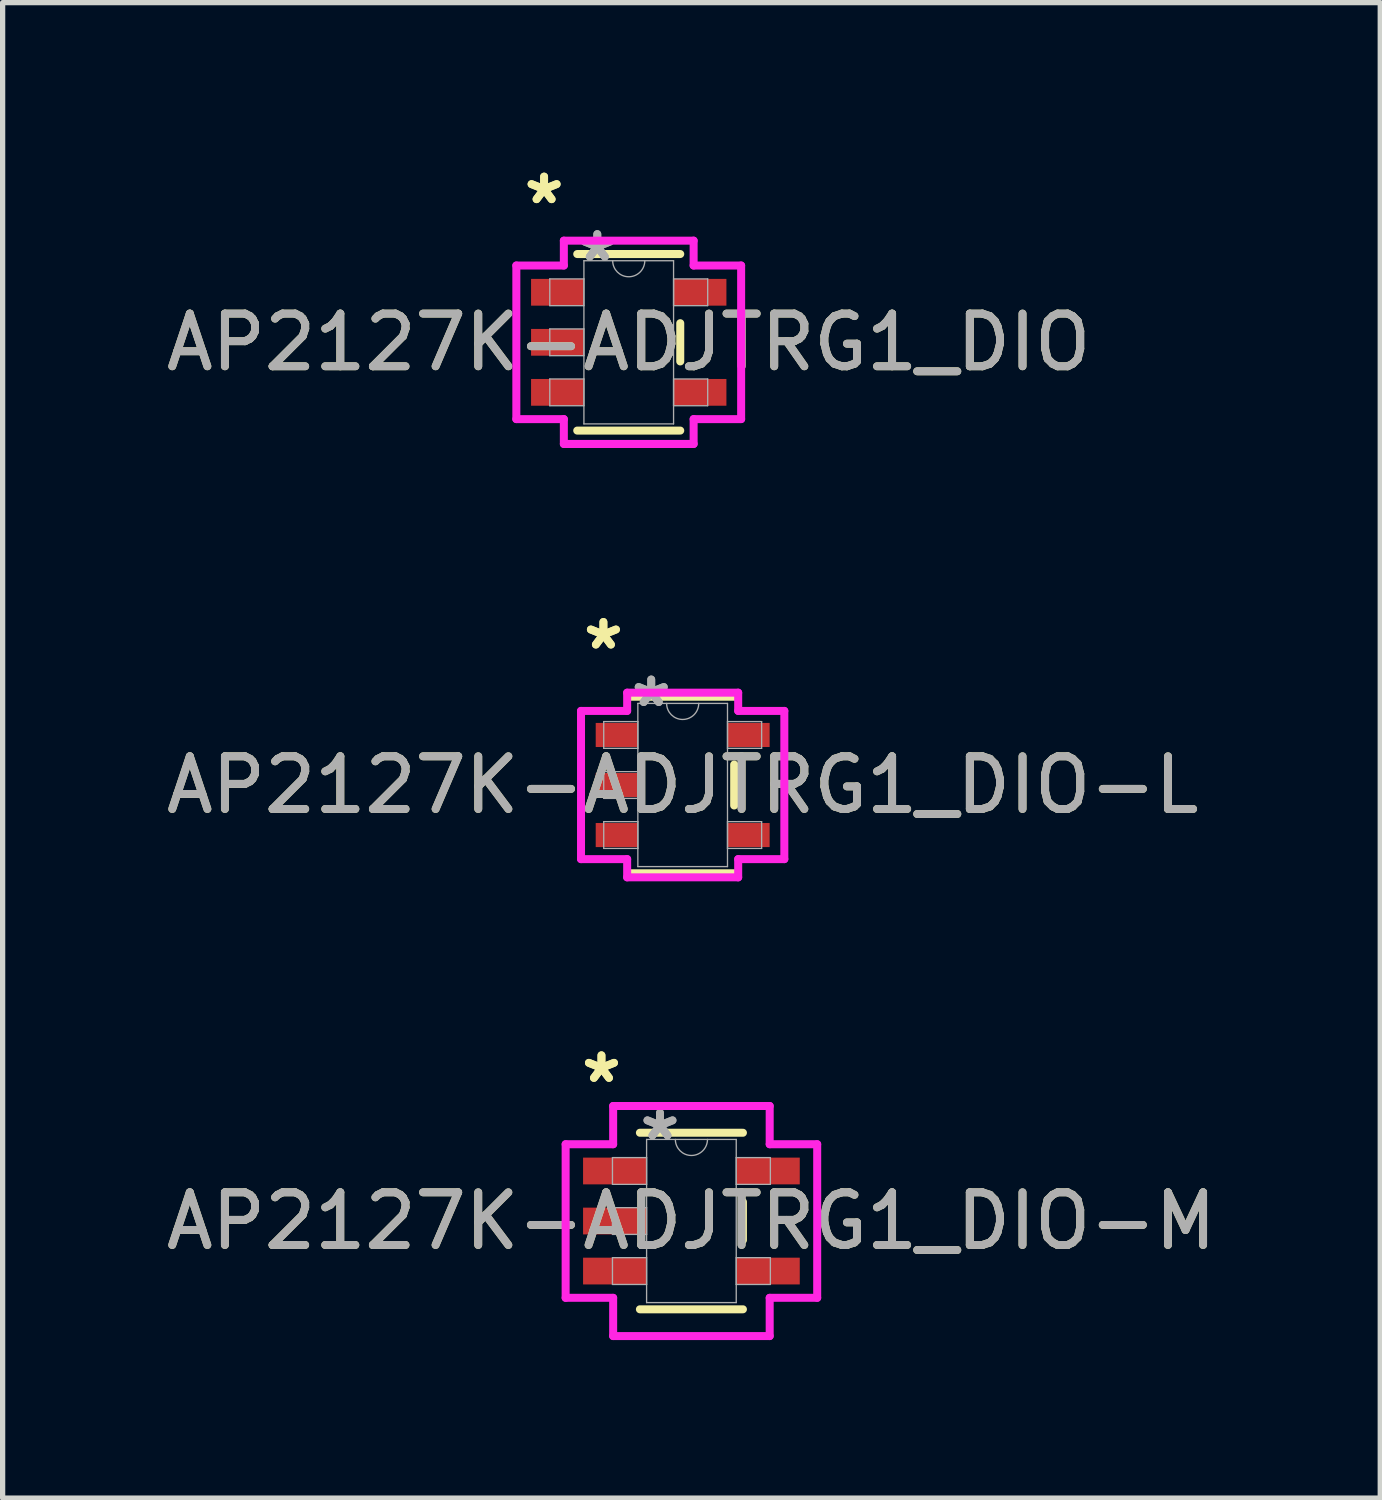
<source format=kicad_pcb>
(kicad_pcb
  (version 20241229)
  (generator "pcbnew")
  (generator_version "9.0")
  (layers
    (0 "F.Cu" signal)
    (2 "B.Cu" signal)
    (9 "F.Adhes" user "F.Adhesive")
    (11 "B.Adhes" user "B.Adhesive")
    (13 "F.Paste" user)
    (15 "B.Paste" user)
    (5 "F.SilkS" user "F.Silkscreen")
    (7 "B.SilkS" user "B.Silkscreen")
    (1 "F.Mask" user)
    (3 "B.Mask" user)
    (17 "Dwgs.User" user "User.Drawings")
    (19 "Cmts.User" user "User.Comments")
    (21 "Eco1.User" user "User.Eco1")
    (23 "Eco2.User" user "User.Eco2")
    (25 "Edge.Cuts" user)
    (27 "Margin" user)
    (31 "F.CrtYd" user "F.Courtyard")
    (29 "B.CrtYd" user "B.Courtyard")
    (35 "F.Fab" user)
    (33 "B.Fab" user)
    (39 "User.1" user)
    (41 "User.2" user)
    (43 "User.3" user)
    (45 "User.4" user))
  (footprint "AP2127K-ADJTRG1_DIO-L"
    (layer "F.Cu")
    (at 9.911 11.854)
    (property "Reference" "AP2127K-ADJTRG1_DIO-L" (at 0 0 0) (unlocked yes) (layer "F.SilkS") (effects (font (size 1 1) (thickness 0.15))))
    (attr smd)
    (fp_line (start -0.978 1.676) (end 0.978 1.676) (stroke (width 0.152) (type solid)) (layer "F.SilkS"))
    (fp_line (start 0.978 -1.676) (end -0.978 -1.676) (stroke (width 0.152) (type solid)) (layer "F.SilkS"))
    (fp_line (start 0.978 0.389) (end 0.978 -0.389) (stroke (width 0.152) (type solid)) (layer "F.SilkS"))
    (fp_line (start -1.93 -1.407) (end -1.054 -1.407) (stroke (width 0.152) (type solid)) (layer "F.CrtYd"))
    (fp_line (start -1.93 1.407) (end -1.93 -1.407) (stroke (width 0.152) (type solid)) (layer "F.CrtYd"))
    (fp_line (start -1.054 -1.753) (end 1.054 -1.753) (stroke (width 0.152) (type solid)) (layer "F.CrtYd"))
    (fp_line (start -1.054 -1.407) (end -1.054 -1.753) (stroke (width 0.152) (type solid)) (layer "F.CrtYd"))
    (fp_line (start -1.054 1.407) (end -1.93 1.407) (stroke (width 0.152) (type solid)) (layer "F.CrtYd"))
    (fp_line (start -1.054 1.753) (end -1.054 1.407) (stroke (width 0.152) (type solid)) (layer "F.CrtYd"))
    (fp_line (start 1.054 -1.753) (end 1.054 -1.407) (stroke (width 0.152) (type solid)) (layer "F.CrtYd"))
    (fp_line (start 1.054 -1.407) (end 1.93 -1.407) (stroke (width 0.152) (type solid)) (layer "F.CrtYd"))
    (fp_line (start 1.054 1.407) (end 1.054 1.753) (stroke (width 0.152) (type solid)) (layer "F.CrtYd"))
    (fp_line (start 1.054 1.753) (end -1.054 1.753) (stroke (width 0.152) (type solid)) (layer "F.CrtYd"))
    (fp_line (start 1.93 -1.407) (end 1.93 1.407) (stroke (width 0.152) (type solid)) (layer "F.CrtYd"))
    (fp_line (start 1.93 1.407) (end 1.054 1.407) (stroke (width 0.152) (type solid)) (layer "F.CrtYd"))
    (fp_line (start -1.499 -1.204) (end -1.499 -0.696) (stroke (width 0.025) (type solid)) (layer "F.Fab"))
    (fp_line (start -1.499 -0.696) (end -0.851 -0.696) (stroke (width 0.025) (type solid)) (layer "F.Fab"))
    (fp_line (start -1.499 -0.254) (end -1.499 0.254) (stroke (width 0.025) (type solid)) (layer "F.Fab"))
    (fp_line (start -1.499 0.254) (end -0.851 0.254) (stroke (width 0.025) (type solid)) (layer "F.Fab"))
    (fp_line (start -1.499 0.696) (end -1.499 1.204) (stroke (width 0.025) (type solid)) (layer "F.Fab"))
    (fp_line (start -1.499 1.204) (end -0.851 1.204) (stroke (width 0.025) (type solid)) (layer "F.Fab"))
    (fp_line (start -0.851 -1.549) (end -0.851 1.549) (stroke (width 0.025) (type solid)) (layer "F.Fab"))
    (fp_line (start -0.851 -1.204) (end -1.499 -1.204) (stroke (width 0.025) (type solid)) (layer "F.Fab"))
    (fp_line (start -0.851 -0.696) (end -0.851 -1.204) (stroke (width 0.025) (type solid)) (layer "F.Fab"))
    (fp_line (start -0.851 -0.254) (end -1.499 -0.254) (stroke (width 0.025) (type solid)) (layer "F.Fab"))
    (fp_line (start -0.851 0.254) (end -0.851 -0.254) (stroke (width 0.025) (type solid)) (layer "F.Fab"))
    (fp_line (start -0.851 0.696) (end -1.499 0.696) (stroke (width 0.025) (type solid)) (layer "F.Fab"))
    (fp_line (start -0.851 1.204) (end -0.851 0.696) (stroke (width 0.025) (type solid)) (layer "F.Fab"))
    (fp_line (start -0.851 1.549) (end 0.851 1.549) (stroke (width 0.025) (type solid)) (layer "F.Fab"))
    (fp_line (start 0.851 -1.549) (end -0.851 -1.549) (stroke (width 0.025) (type solid)) (layer "F.Fab"))
    (fp_line (start 0.851 -1.204) (end 0.851 -0.696) (stroke (width 0.025) (type solid)) (layer "F.Fab"))
    (fp_line (start 0.851 -0.696) (end 1.499 -0.696) (stroke (width 0.025) (type solid)) (layer "F.Fab"))
    (fp_line (start 0.851 0.696) (end 0.851 1.204) (stroke (width 0.025) (type solid)) (layer "F.Fab"))
    (fp_line (start 0.851 1.204) (end 1.499 1.204) (stroke (width 0.025) (type solid)) (layer "F.Fab"))
    (fp_line (start 0.851 1.549) (end 0.851 -1.549) (stroke (width 0.025) (type solid)) (layer "F.Fab"))
    (fp_line (start 1.499 -1.204) (end 0.851 -1.204) (stroke (width 0.025) (type solid)) (layer "F.Fab"))
    (fp_line (start 1.499 -0.696) (end 1.499 -1.204) (stroke (width 0.025) (type solid)) (layer "F.Fab"))
    (fp_line (start 1.499 0.696) (end 0.851 0.696) (stroke (width 0.025) (type solid)) (layer "F.Fab"))
    (fp_line (start 1.499 1.204) (end 1.499 0.696) (stroke (width 0.025) (type solid)) (layer "F.Fab"))
    (fp_arc (start 0.3048 -1.5494) (mid 0 -1.2446) (end -0.3048 -1.5494) (stroke (width 0.0254) (type solid)) (layer "F.Fab"))
    (fp_text user "*" (at -1.505 -2.55 0) (unlocked yes) (layer "F.SilkS") (effects (font (size 1 1) (thickness 0.15))))
    (fp_text user "*" (at -1.505 -2.55 0) (layer "F.SilkS") (effects (font (size 1 1) (thickness 0.15))))
    (fp_text user "*" (at -0.597 -1.458 0) (unlocked yes) (layer "F.Fab") (effects (font (size 1 1) (thickness 0.15))))
    (fp_text user "*" (at -0.597 -1.458 0) (layer "F.Fab") (effects (font (size 1 1) (thickness 0.15))))
    (fp_text user "${REFERENCE}" (at 0 0 0) (unlocked yes) (layer "F.Fab") (effects (font (size 1 1) (thickness 0.15))))
    (pad "1" smd rect (at -1.251 -0.95) (size 0.8 0.457) (layers "F.Cu" "F.Mask" "F.Paste"))
    (pad "2" smd rect (at -1.251 0) (size 0.8 0.457) (layers "F.Cu" "F.Mask" "F.Paste"))
    (pad "3" smd rect (at -1.251 0.95) (size 0.8 0.457) (layers "F.Cu" "F.Mask" "F.Paste"))
    (pad "4" smd rect (at 1.251 0.95) (size 0.8 0.457) (layers "F.Cu" "F.Mask" "F.Paste"))
    (pad "5" smd rect (at 1.251 -0.95) (size 0.8 0.457) (layers "F.Cu" "F.Mask" "F.Paste")))
  (footprint "AP2127K-ADJTRG1_DIO-M"
    (layer "F.Cu")
    (at 10.077 20.132)
    (property "Reference" "AP2127K-ADJTRG1_DIO-M" (at 0 0 0) (unlocked yes) (layer "F.SilkS") (effects (font (size 1 1) (thickness 0.15))))
    (attr smd)
    (fp_line (start -0.978 1.676) (end 0.978 1.676) (stroke (width 0.152) (type solid)) (layer "F.SilkS"))
    (fp_line (start 0.978 -1.676) (end -0.978 -1.676) (stroke (width 0.152) (type solid)) (layer "F.SilkS"))
    (fp_line (start 0.978 0.363) (end 0.978 -0.363) (stroke (width 0.152) (type solid)) (layer "F.SilkS"))
    (fp_line (start -2.388 -1.458) (end -1.486 -1.458) (stroke (width 0.152) (type solid)) (layer "F.CrtYd"))
    (fp_line (start -2.388 1.458) (end -2.388 -1.458) (stroke (width 0.152) (type solid)) (layer "F.CrtYd"))
    (fp_line (start -1.486 -2.184) (end 1.486 -2.184) (stroke (width 0.152) (type solid)) (layer "F.CrtYd"))
    (fp_line (start -1.486 -1.458) (end -1.486 -2.184) (stroke (width 0.152) (type solid)) (layer "F.CrtYd"))
    (fp_line (start -1.486 1.458) (end -2.388 1.458) (stroke (width 0.152) (type solid)) (layer "F.CrtYd"))
    (fp_line (start -1.486 2.184) (end -1.486 1.458) (stroke (width 0.152) (type solid)) (layer "F.CrtYd"))
    (fp_line (start 1.486 -2.184) (end 1.486 -1.458) (stroke (width 0.152) (type solid)) (layer "F.CrtYd"))
    (fp_line (start 1.486 -1.458) (end 2.388 -1.458) (stroke (width 0.152) (type solid)) (layer "F.CrtYd"))
    (fp_line (start 1.486 1.458) (end 1.486 2.184) (stroke (width 0.152) (type solid)) (layer "F.CrtYd"))
    (fp_line (start 1.486 2.184) (end -1.486 2.184) (stroke (width 0.152) (type solid)) (layer "F.CrtYd"))
    (fp_line (start 2.388 -1.458) (end 2.388 1.458) (stroke (width 0.152) (type solid)) (layer "F.CrtYd"))
    (fp_line (start 2.388 1.458) (end 1.486 1.458) (stroke (width 0.152) (type solid)) (layer "F.CrtYd"))
    (fp_line (start -1.499 -1.204) (end -1.499 -0.696) (stroke (width 0.025) (type solid)) (layer "F.Fab"))
    (fp_line (start -1.499 -0.696) (end -0.851 -0.696) (stroke (width 0.025) (type solid)) (layer "F.Fab"))
    (fp_line (start -1.499 -0.254) (end -1.499 0.254) (stroke (width 0.025) (type solid)) (layer "F.Fab"))
    (fp_line (start -1.499 0.254) (end -0.851 0.254) (stroke (width 0.025) (type solid)) (layer "F.Fab"))
    (fp_line (start -1.499 0.696) (end -1.499 1.204) (stroke (width 0.025) (type solid)) (layer "F.Fab"))
    (fp_line (start -1.499 1.204) (end -0.851 1.204) (stroke (width 0.025) (type solid)) (layer "F.Fab"))
    (fp_line (start -0.851 -1.549) (end -0.851 1.549) (stroke (width 0.025) (type solid)) (layer "F.Fab"))
    (fp_line (start -0.851 -1.204) (end -1.499 -1.204) (stroke (width 0.025) (type solid)) (layer "F.Fab"))
    (fp_line (start -0.851 -0.696) (end -0.851 -1.204) (stroke (width 0.025) (type solid)) (layer "F.Fab"))
    (fp_line (start -0.851 -0.254) (end -1.499 -0.254) (stroke (width 0.025) (type solid)) (layer "F.Fab"))
    (fp_line (start -0.851 0.254) (end -0.851 -0.254) (stroke (width 0.025) (type solid)) (layer "F.Fab"))
    (fp_line (start -0.851 0.696) (end -1.499 0.696) (stroke (width 0.025) (type solid)) (layer "F.Fab"))
    (fp_line (start -0.851 1.204) (end -0.851 0.696) (stroke (width 0.025) (type solid)) (layer "F.Fab"))
    (fp_line (start -0.851 1.549) (end 0.851 1.549) (stroke (width 0.025) (type solid)) (layer "F.Fab"))
    (fp_line (start 0.851 -1.549) (end -0.851 -1.549) (stroke (width 0.025) (type solid)) (layer "F.Fab"))
    (fp_line (start 0.851 -1.204) (end 0.851 -0.696) (stroke (width 0.025) (type solid)) (layer "F.Fab"))
    (fp_line (start 0.851 -0.696) (end 1.499 -0.696) (stroke (width 0.025) (type solid)) (layer "F.Fab"))
    (fp_line (start 0.851 0.696) (end 0.851 1.204) (stroke (width 0.025) (type solid)) (layer "F.Fab"))
    (fp_line (start 0.851 1.204) (end 1.499 1.204) (stroke (width 0.025) (type solid)) (layer "F.Fab"))
    (fp_line (start 0.851 1.549) (end 0.851 -1.549) (stroke (width 0.025) (type solid)) (layer "F.Fab"))
    (fp_line (start 1.499 -1.204) (end 0.851 -1.204) (stroke (width 0.025) (type solid)) (layer "F.Fab"))
    (fp_line (start 1.499 -0.696) (end 1.499 -1.204) (stroke (width 0.025) (type solid)) (layer "F.Fab"))
    (fp_line (start 1.499 0.696) (end 0.851 0.696) (stroke (width 0.025) (type solid)) (layer "F.Fab"))
    (fp_line (start 1.499 1.204) (end 1.499 0.696) (stroke (width 0.025) (type solid)) (layer "F.Fab"))
    (fp_arc (start 0.3048 -1.5494) (mid 0 -1.2446) (end -0.3048 -1.5494) (stroke (width 0.0254) (type solid)) (layer "F.Fab"))
    (fp_text user "*" (at -1.708 -2.601 0) (layer "F.SilkS") (effects (font (size 1 1) (thickness 0.15))))
    (fp_text user "*" (at -1.708 -2.601 0) (unlocked yes) (layer "F.SilkS") (effects (font (size 1 1) (thickness 0.15))))
    (fp_text user "${REFERENCE}" (at 0 0 0) (unlocked yes) (layer "F.Fab") (effects (font (size 1 1) (thickness 0.15))))
    (fp_text user "*" (at -0.597 -1.509 0) (layer "F.Fab") (effects (font (size 1 1) (thickness 0.15))))
    (fp_text user "*" (at -0.597 -1.509 0) (unlocked yes) (layer "F.Fab") (effects (font (size 1 1) (thickness 0.15))))
    (pad "1" smd rect (at -1.454 -0.95) (size 1.206 0.508) (layers "F.Cu" "F.Mask" "F.Paste"))
    (pad "2" smd rect (at -1.454 0) (size 1.206 0.508) (layers "F.Cu" "F.Mask" "F.Paste"))
    (pad "3" smd rect (at -1.454 0.95) (size 1.206 0.508) (layers "F.Cu" "F.Mask" "F.Paste"))
    (pad "4" smd rect (at 1.454 0.95) (size 1.206 0.508) (layers "F.Cu" "F.Mask" "F.Paste"))
    (pad "5" smd rect (at 1.454 -0.95) (size 1.206 0.508) (layers "F.Cu" "F.Mask" "F.Paste")))
  (footprint "AP2127K-ADJTRG1_DIO"
    (layer "F.Cu")
    (at 8.887 3.449)
    (property "Reference" "AP2127K-ADJTRG1_DIO" (at 0 0 0) (unlocked yes) (layer "F.SilkS") (effects (font (size 1 1) (thickness 0.15))))
    (attr smd)
    (fp_line (start -0.978 1.676) (end 0.978 1.676) (stroke (width 0.152) (type solid)) (layer "F.SilkS"))
    (fp_line (start 0.978 -1.676) (end -0.978 -1.676) (stroke (width 0.152) (type solid)) (layer "F.SilkS"))
    (fp_line (start 0.978 0.363) (end 0.978 -0.363) (stroke (width 0.152) (type solid)) (layer "F.SilkS"))
    (fp_line (start -2.134 -1.458) (end -1.232 -1.458) (stroke (width 0.152) (type solid)) (layer "F.CrtYd"))
    (fp_line (start -2.134 1.458) (end -2.134 -1.458) (stroke (width 0.152) (type solid)) (layer "F.CrtYd"))
    (fp_line (start -1.232 -1.93) (end 1.232 -1.93) (stroke (width 0.152) (type solid)) (layer "F.CrtYd"))
    (fp_line (start -1.232 -1.458) (end -1.232 -1.93) (stroke (width 0.152) (type solid)) (layer "F.CrtYd"))
    (fp_line (start -1.232 1.458) (end -2.134 1.458) (stroke (width 0.152) (type solid)) (layer "F.CrtYd"))
    (fp_line (start -1.232 1.93) (end -1.232 1.458) (stroke (width 0.152) (type solid)) (layer "F.CrtYd"))
    (fp_line (start 1.232 -1.93) (end 1.232 -1.458) (stroke (width 0.152) (type solid)) (layer "F.CrtYd"))
    (fp_line (start 1.232 -1.458) (end 2.134 -1.458) (stroke (width 0.152) (type solid)) (layer "F.CrtYd"))
    (fp_line (start 1.232 1.458) (end 1.232 1.93) (stroke (width 0.152) (type solid)) (layer "F.CrtYd"))
    (fp_line (start 1.232 1.93) (end -1.232 1.93) (stroke (width 0.152) (type solid)) (layer "F.CrtYd"))
    (fp_line (start 2.134 -1.458) (end 2.134 1.458) (stroke (width 0.152) (type solid)) (layer "F.CrtYd"))
    (fp_line (start 2.134 1.458) (end 1.232 1.458) (stroke (width 0.152) (type solid)) (layer "F.CrtYd"))
    (fp_line (start -1.499 -1.204) (end -1.499 -0.696) (stroke (width 0.025) (type solid)) (layer "F.Fab"))
    (fp_line (start -1.499 -0.696) (end -0.851 -0.696) (stroke (width 0.025) (type solid)) (layer "F.Fab"))
    (fp_line (start -1.499 -0.254) (end -1.499 0.254) (stroke (width 0.025) (type solid)) (layer "F.Fab"))
    (fp_line (start -1.499 0.254) (end -0.851 0.254) (stroke (width 0.025) (type solid)) (layer "F.Fab"))
    (fp_line (start -1.499 0.696) (end -1.499 1.204) (stroke (width 0.025) (type solid)) (layer "F.Fab"))
    (fp_line (start -1.499 1.204) (end -0.851 1.204) (stroke (width 0.025) (type solid)) (layer "F.Fab"))
    (fp_line (start -0.851 -1.549) (end -0.851 1.549) (stroke (width 0.025) (type solid)) (layer "F.Fab"))
    (fp_line (start -0.851 -1.204) (end -1.499 -1.204) (stroke (width 0.025) (type solid)) (layer "F.Fab"))
    (fp_line (start -0.851 -0.696) (end -0.851 -1.204) (stroke (width 0.025) (type solid)) (layer "F.Fab"))
    (fp_line (start -0.851 -0.254) (end -1.499 -0.254) (stroke (width 0.025) (type solid)) (layer "F.Fab"))
    (fp_line (start -0.851 0.254) (end -0.851 -0.254) (stroke (width 0.025) (type solid)) (layer "F.Fab"))
    (fp_line (start -0.851 0.696) (end -1.499 0.696) (stroke (width 0.025) (type solid)) (layer "F.Fab"))
    (fp_line (start -0.851 1.204) (end -0.851 0.696) (stroke (width 0.025) (type solid)) (layer "F.Fab"))
    (fp_line (start -0.851 1.549) (end 0.851 1.549) (stroke (width 0.025) (type solid)) (layer "F.Fab"))
    (fp_line (start 0.851 -1.549) (end -0.851 -1.549) (stroke (width 0.025) (type solid)) (layer "F.Fab"))
    (fp_line (start 0.851 -1.204) (end 0.851 -0.696) (stroke (width 0.025) (type solid)) (layer "F.Fab"))
    (fp_line (start 0.851 -0.696) (end 1.499 -0.696) (stroke (width 0.025) (type solid)) (layer "F.Fab"))
    (fp_line (start 0.851 0.696) (end 0.851 1.204) (stroke (width 0.025) (type solid)) (layer "F.Fab"))
    (fp_line (start 0.851 1.204) (end 1.499 1.204) (stroke (width 0.025) (type solid)) (layer "F.Fab"))
    (fp_line (start 0.851 1.549) (end 0.851 -1.549) (stroke (width 0.025) (type solid)) (layer "F.Fab"))
    (fp_line (start 1.499 -1.204) (end 0.851 -1.204) (stroke (width 0.025) (type solid)) (layer "F.Fab"))
    (fp_line (start 1.499 -0.696) (end 1.499 -1.204) (stroke (width 0.025) (type solid)) (layer "F.Fab"))
    (fp_line (start 1.499 0.696) (end 0.851 0.696) (stroke (width 0.025) (type solid)) (layer "F.Fab"))
    (fp_line (start 1.499 1.204) (end 1.499 0.696) (stroke (width 0.025) (type solid)) (layer "F.Fab"))
    (fp_arc (start 0.3048 -1.5494) (mid 0 -1.2446) (end -0.3048 -1.5494) (stroke (width 0.0254) (type solid)) (layer "F.Fab"))
    (fp_text user "*" (at -1.607 -2.601 0) (unlocked yes) (layer "F.SilkS") (effects (font (size 1 1) (thickness 0.15))))
    (fp_text user "*" (at -1.607 -2.601 0) (layer "F.SilkS") (effects (font (size 1 1) (thickness 0.15))))
    (fp_text user "*" (at -0.597 -1.509 0) (unlocked yes) (layer "F.Fab") (effects (font (size 1 1) (thickness 0.15))))
    (fp_text user "*" (at -0.597 -1.509 0) (layer "F.Fab") (effects (font (size 1 1) (thickness 0.15))))
    (fp_text user "${REFERENCE}" (at 0 0 0) (unlocked yes) (layer "F.Fab") (effects (font (size 1 1) (thickness 0.15))))
    (pad "1" smd rect (at -1.353 -0.95) (size 1.003 0.508) (layers "F.Cu" "F.Mask" "F.Paste"))
    (pad "2" smd rect (at -1.353 0) (size 1.003 0.508) (layers "F.Cu" "F.Mask" "F.Paste"))
    (pad "3" smd rect (at -1.353 0.95) (size 1.003 0.508) (layers "F.Cu" "F.Mask" "F.Paste"))
    (pad "4" smd rect (at 1.353 0.95) (size 1.003 0.508) (layers "F.Cu" "F.Mask" "F.Paste"))
    (pad "5" smd rect (at 1.353 -0.95) (size 1.003 0.508) (layers "F.Cu" "F.Mask" "F.Paste")))
  (gr_rect
    (start -3 -3)
    (end 23.155 25.393)
    (stroke (width 0.1) (type default))
    (fill no)
    (layer "Edge.Cuts")))
</source>
